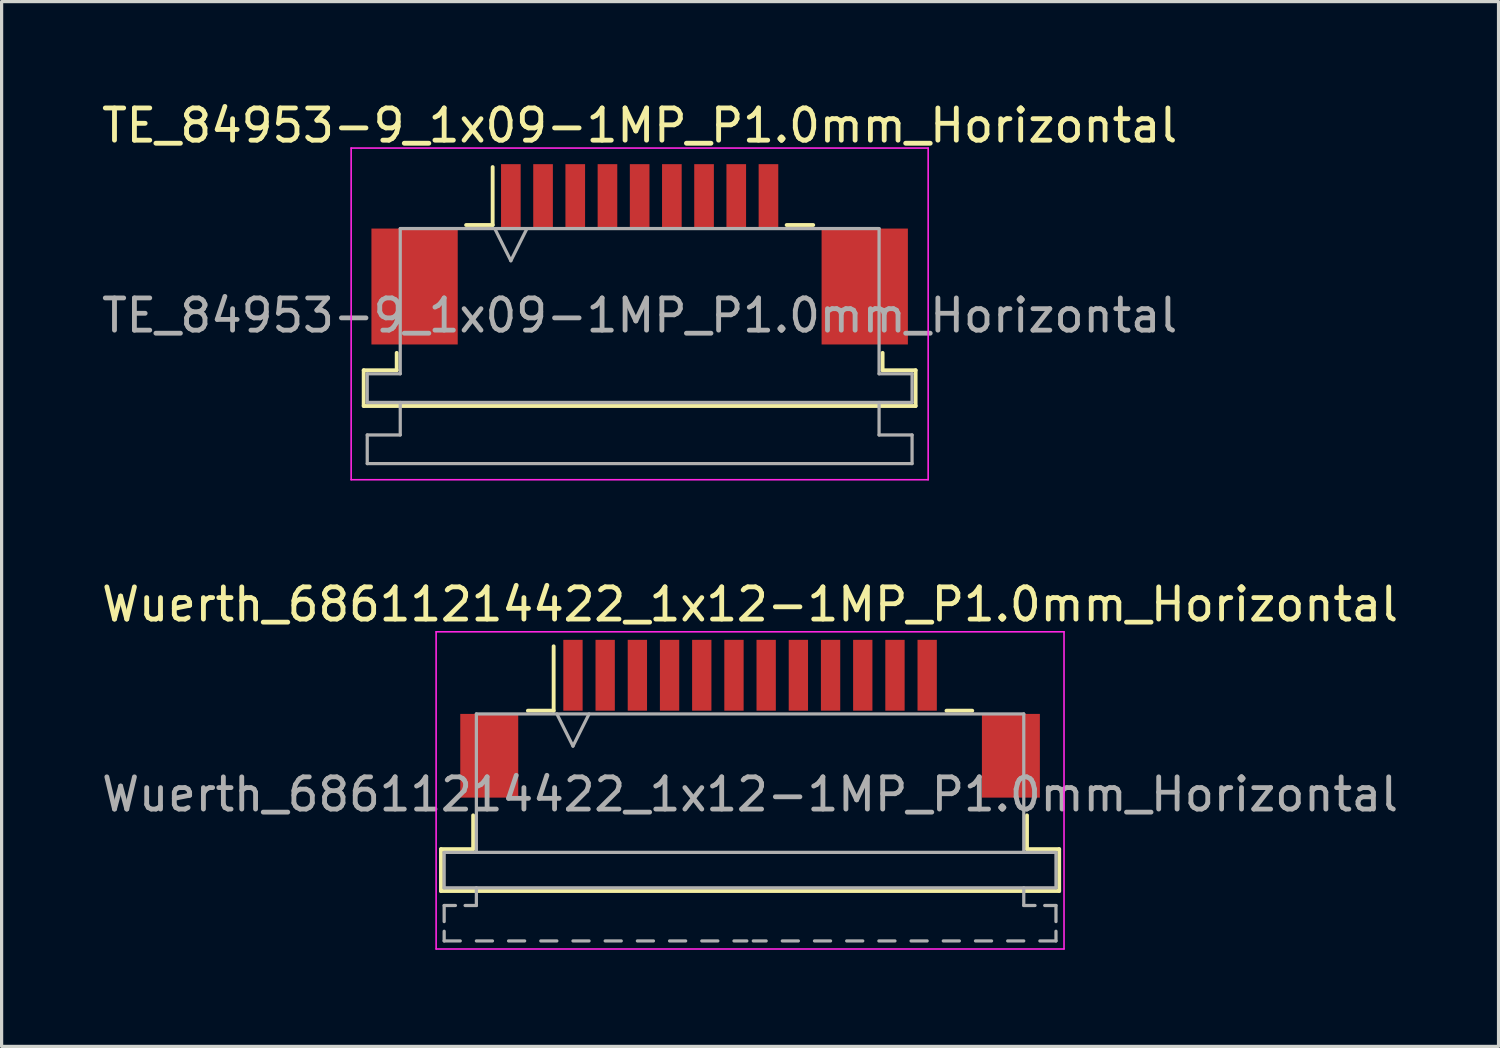
<source format=kicad_pcb>
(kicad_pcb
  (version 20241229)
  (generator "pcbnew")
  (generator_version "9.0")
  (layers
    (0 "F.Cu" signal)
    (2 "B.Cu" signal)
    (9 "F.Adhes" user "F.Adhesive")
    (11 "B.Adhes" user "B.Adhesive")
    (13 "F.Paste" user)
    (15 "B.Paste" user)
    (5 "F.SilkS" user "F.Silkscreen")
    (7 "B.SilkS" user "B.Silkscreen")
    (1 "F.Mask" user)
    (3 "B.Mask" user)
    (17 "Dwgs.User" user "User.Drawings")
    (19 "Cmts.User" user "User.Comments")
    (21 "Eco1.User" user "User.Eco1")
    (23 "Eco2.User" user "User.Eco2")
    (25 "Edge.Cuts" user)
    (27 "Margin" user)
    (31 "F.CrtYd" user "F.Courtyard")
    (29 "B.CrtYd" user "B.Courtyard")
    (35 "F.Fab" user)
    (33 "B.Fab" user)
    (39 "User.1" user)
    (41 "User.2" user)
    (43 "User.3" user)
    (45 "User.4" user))
  (footprint "TE_84953-9_1x09-1MP_P1.0mm_Horizontal"
    (layer "F.Cu")
    (at 16.815 4.848)
    (property "Reference" "TE_84953-9_1x09-1MP_P1.0mm_Horizontal" (at 0 -4 0) (layer "F.SilkS") (effects (font (size 1 1) (thickness 0.15))))
    (attr smd)
    (fp_line (start -8.57 3.6) (end -7.545 3.6) (stroke (width 0.12) (type solid)) (layer "F.SilkS"))
    (fp_line (start -8.57 4.71) (end -8.57 3.6) (stroke (width 0.12) (type solid)) (layer "F.SilkS"))
    (fp_line (start -7.545 3.6) (end -7.545 3.06) (stroke (width 0.12) (type solid)) (layer "F.SilkS"))
    (fp_line (start -5.39 -0.91) (end -4.565 -0.91) (stroke (width 0.12) (type solid)) (layer "F.SilkS"))
    (fp_line (start -4.565 -0.91) (end -4.565 -2.71) (stroke (width 0.12) (type solid)) (layer "F.SilkS"))
    (fp_line (start 4.565 -0.91) (end 5.39 -0.91) (stroke (width 0.12) (type solid)) (layer "F.SilkS"))
    (fp_line (start 7.545 3.06) (end 7.545 3.6) (stroke (width 0.12) (type solid)) (layer "F.SilkS"))
    (fp_line (start 7.545 3.6) (end 8.57 3.6) (stroke (width 0.12) (type solid)) (layer "F.SilkS"))
    (fp_line (start 8.57 3.6) (end 8.57 4.71) (stroke (width 0.12) (type solid)) (layer "F.SilkS"))
    (fp_line (start 8.57 4.71) (end -8.57 4.71) (stroke (width 0.12) (type solid)) (layer "F.SilkS"))
    (fp_line (start -8.96 -3.3) (end -8.96 7) (stroke (width 0.05) (type solid)) (layer "F.CrtYd"))
    (fp_line (start -8.96 7) (end 8.96 7) (stroke (width 0.05) (type solid)) (layer "F.CrtYd"))
    (fp_line (start 8.96 -3.3) (end -8.96 -3.3) (stroke (width 0.05) (type solid)) (layer "F.CrtYd"))
    (fp_line (start 8.96 7) (end 8.96 -3.3) (stroke (width 0.05) (type solid)) (layer "F.CrtYd"))
    (fp_line (start -8.46 3.71) (end -7.435 3.71) (stroke (width 0.1) (type solid)) (layer "F.Fab"))
    (fp_line (start -8.46 4.6) (end -8.46 3.71) (stroke (width 0.1) (type solid)) (layer "F.Fab"))
    (fp_line (start -8.46 5.61) (end -7.435 5.61) (stroke (width 0.1) (type solid)) (layer "F.Fab"))
    (fp_line (start -8.46 6.5) (end -8.46 5.61) (stroke (width 0.1) (type solid)) (layer "F.Fab"))
    (fp_line (start -7.435 -0.8) (end 7.435 -0.8) (stroke (width 0.1) (type solid)) (layer "F.Fab"))
    (fp_line (start -7.435 3.71) (end -7.435 -0.8) (stroke (width 0.1) (type solid)) (layer "F.Fab"))
    (fp_line (start -7.435 5.61) (end -7.435 4.6) (stroke (width 0.1) (type solid)) (layer "F.Fab"))
    (fp_line (start -4.5 -0.8) (end -4 0.2) (stroke (width 0.1) (type solid)) (layer "F.Fab"))
    (fp_line (start -4 0.2) (end -3.5 -0.8) (stroke (width 0.1) (type solid)) (layer "F.Fab"))
    (fp_line (start 7.435 -0.8) (end 7.435 3.71) (stroke (width 0.1) (type solid)) (layer "F.Fab"))
    (fp_line (start 7.435 3.71) (end 8.46 3.71) (stroke (width 0.1) (type solid)) (layer "F.Fab"))
    (fp_line (start 7.435 4.6) (end 7.435 5.61) (stroke (width 0.1) (type solid)) (layer "F.Fab"))
    (fp_line (start 7.435 5.61) (end 8.46 5.61) (stroke (width 0.1) (type solid)) (layer "F.Fab"))
    (fp_line (start 8.46 3.71) (end 8.46 4.6) (stroke (width 0.1) (type solid)) (layer "F.Fab"))
    (fp_line (start 8.46 4.6) (end -8.46 4.6) (stroke (width 0.1) (type solid)) (layer "F.Fab"))
    (fp_line (start 8.46 5.61) (end 8.46 6.5) (stroke (width 0.1) (type solid)) (layer "F.Fab"))
    (fp_line (start 8.46 6.5) (end -8.46 6.5) (stroke (width 0.1) (type solid)) (layer "F.Fab"))
    (fp_text user "${REFERENCE}" (at 0 1.9 0) (layer "F.Fab") (effects (font (size 1 1) (thickness 0.15))))
    (pad "1" smd rect (at -4 -1.8) (size 0.61 2) (layers "F.Cu" "F.Mask" "F.Paste"))
    (pad "2" smd rect (at -3 -1.8) (size 0.61 2) (layers "F.Cu" "F.Mask" "F.Paste"))
    (pad "3" smd rect (at -2 -1.8) (size 0.61 2) (layers "F.Cu" "F.Mask" "F.Paste"))
    (pad "4" smd rect (at -1 -1.8) (size 0.61 2) (layers "F.Cu" "F.Mask" "F.Paste"))
    (pad "5" smd rect (at 0 -1.8) (size 0.61 2) (layers "F.Cu" "F.Mask" "F.Paste"))
    (pad "6" smd rect (at 1 -1.8) (size 0.61 2) (layers "F.Cu" "F.Mask" "F.Paste"))
    (pad "7" smd rect (at 2 -1.8) (size 0.61 2) (layers "F.Cu" "F.Mask" "F.Paste"))
    (pad "8" smd rect (at 3 -1.8) (size 0.61 2) (layers "F.Cu" "F.Mask" "F.Paste"))
    (pad "9" smd rect (at 4 -1.8) (size 0.61 2) (layers "F.Cu" "F.Mask" "F.Paste"))
    (pad "MP" smd rect (at -6.99 1) (size 2.68 3.6) (layers "F.Cu" "F.Mask" "F.Paste"))
    (pad "MP" smd rect (at 6.99 1) (size 2.68 3.6) (layers "F.Cu" "F.Mask" "F.Paste")))
  (footprint "Wuerth_68611214422_1x12-1MP_P1.0mm_Horizontal"
    (layer "F.Cu")
    (at 20.244 19.271)
    (property "Reference" "Wuerth_68611214422_1x12-1MP_P1.0mm_Horizontal" (at 0 -3.55 0) (layer "F.SilkS") (effects (font (size 1 1) (thickness 0.15))))
    (attr smd)
    (fp_line (start -9.6 4.05) (end -8.6 4.05) (stroke (width 0.12) (type solid)) (layer "F.SilkS"))
    (fp_line (start -9.6 5.35) (end -9.6 4.05) (stroke (width 0.12) (type solid)) (layer "F.SilkS"))
    (fp_line (start -8.6 4.05) (end -8.6 3) (stroke (width 0.12) (type solid)) (layer "F.SilkS"))
    (fp_line (start -6.9 -0.25) (end -6.1 -0.25) (stroke (width 0.12) (type solid)) (layer "F.SilkS"))
    (fp_line (start -6.1 -0.25) (end -6.1 -2.25) (stroke (width 0.12) (type solid)) (layer "F.SilkS"))
    (fp_line (start 6.1 -0.25) (end 6.9 -0.25) (stroke (width 0.12) (type solid)) (layer "F.SilkS"))
    (fp_line (start 8.6 3) (end 8.6 4.05) (stroke (width 0.12) (type solid)) (layer "F.SilkS"))
    (fp_line (start 8.6 4.05) (end 9.6 4.05) (stroke (width 0.12) (type solid)) (layer "F.SilkS"))
    (fp_line (start 9.6 4.05) (end 9.6 5.35) (stroke (width 0.12) (type solid)) (layer "F.SilkS"))
    (fp_line (start 9.6 5.35) (end -9.6 5.35) (stroke (width 0.12) (type solid)) (layer "F.SilkS"))
    (fp_line (start -9.75 -2.7) (end -9.75 7.15) (stroke (width 0.05) (type solid)) (layer "F.CrtYd"))
    (fp_line (start -9.75 7.15) (end 9.75 7.15) (stroke (width 0.05) (type solid)) (layer "F.CrtYd"))
    (fp_line (start 9.75 -2.7) (end -9.75 -2.7) (stroke (width 0.05) (type solid)) (layer "F.CrtYd"))
    (fp_line (start 9.75 7.15) (end 9.75 -2.7) (stroke (width 0.05) (type solid)) (layer "F.CrtYd"))
    (fp_line (start -9.5 4.15) (end 9.5 4.15) (stroke (width 0.1) (type solid)) (layer "F.Fab"))
    (fp_line (start -9.5 5.25) (end -9.5 4.16) (stroke (width 0.1) (type solid)) (layer "F.Fab"))
    (fp_line (start -9.5 5.8) (end -9.15 5.8) (stroke (width 0.1) (type solid)) (layer "F.Fab"))
    (fp_line (start -9.5 6.3) (end -9.5 5.8) (stroke (width 0.1) (type solid)) (layer "F.Fab"))
    (fp_line (start -9.5 6.9) (end -9.5 6.6) (stroke (width 0.1) (type solid)) (layer "F.Fab"))
    (fp_line (start -9 6.9) (end -9.5 6.9) (stroke (width 0.1) (type solid)) (layer "F.Fab"))
    (fp_line (start -8.85 5.8) (end -8.5 5.8) (stroke (width 0.1) (type solid)) (layer "F.Fab"))
    (fp_line (start -8.5 -0.15) (end 8.5 -0.15) (stroke (width 0.1) (type solid)) (layer "F.Fab"))
    (fp_line (start -8.5 4.15) (end -8.5 -0.15) (stroke (width 0.1) (type solid)) (layer "F.Fab"))
    (fp_line (start -8.5 5.8) (end -8.5 5.25) (stroke (width 0.1) (type solid)) (layer "F.Fab"))
    (fp_line (start -8 6.9) (end -8.5 6.9) (stroke (width 0.1) (type solid)) (layer "F.Fab"))
    (fp_line (start -7 6.9) (end -7.5 6.9) (stroke (width 0.1) (type solid)) (layer "F.Fab"))
    (fp_line (start -6 -0.15) (end -5.5 0.85) (stroke (width 0.1) (type solid)) (layer "F.Fab"))
    (fp_line (start -6 6.9) (end -6.5 6.9) (stroke (width 0.1) (type solid)) (layer "F.Fab"))
    (fp_line (start -5.5 0.85) (end -5 -0.15) (stroke (width 0.1) (type solid)) (layer "F.Fab"))
    (fp_line (start -5 6.9) (end -5.5 6.9) (stroke (width 0.1) (type solid)) (layer "F.Fab"))
    (fp_line (start -4 6.9) (end -4.5 6.9) (stroke (width 0.1) (type solid)) (layer "F.Fab"))
    (fp_line (start -3 6.9) (end -3.5 6.9) (stroke (width 0.1) (type solid)) (layer "F.Fab"))
    (fp_line (start -2 6.9) (end -2.5 6.9) (stroke (width 0.1) (type solid)) (layer "F.Fab"))
    (fp_line (start -1 6.9) (end -1.5 6.9) (stroke (width 0.1) (type solid)) (layer "F.Fab"))
    (fp_line (start -0.1 6.9) (end -0.5 6.9) (stroke (width 0.1) (type solid)) (layer "F.Fab"))
    (fp_line (start 0.1 6.9) (end 0.5 6.9) (stroke (width 0.1) (type solid)) (layer "F.Fab"))
    (fp_line (start 1 6.9) (end 1.5 6.9) (stroke (width 0.1) (type solid)) (layer "F.Fab"))
    (fp_line (start 2 6.9) (end 2.5 6.9) (stroke (width 0.1) (type solid)) (layer "F.Fab"))
    (fp_line (start 3 6.9) (end 3.5 6.9) (stroke (width 0.1) (type solid)) (layer "F.Fab"))
    (fp_line (start 4 6.9) (end 4.5 6.9) (stroke (width 0.1) (type solid)) (layer "F.Fab"))
    (fp_line (start 5 6.9) (end 5.5 6.9) (stroke (width 0.1) (type solid)) (layer "F.Fab"))
    (fp_line (start 6 6.9) (end 6.5 6.9) (stroke (width 0.1) (type solid)) (layer "F.Fab"))
    (fp_line (start 7 6.9) (end 7.5 6.9) (stroke (width 0.1) (type solid)) (layer "F.Fab"))
    (fp_line (start 8 6.9) (end 8.5 6.9) (stroke (width 0.1) (type solid)) (layer "F.Fab"))
    (fp_line (start 8.5 -0.15) (end 8.5 4.15) (stroke (width 0.1) (type solid)) (layer "F.Fab"))
    (fp_line (start 8.5 5.25) (end 8.5 5.8) (stroke (width 0.1) (type solid)) (layer "F.Fab"))
    (fp_line (start 8.85 5.8) (end 8.5 5.8) (stroke (width 0.1) (type solid)) (layer "F.Fab"))
    (fp_line (start 9 6.9) (end 9.5 6.9) (stroke (width 0.1) (type solid)) (layer "F.Fab"))
    (fp_line (start 9.15 5.8) (end 9.5 5.8) (stroke (width 0.1) (type solid)) (layer "F.Fab"))
    (fp_line (start 9.5 4.16) (end 9.5 5.25) (stroke (width 0.1) (type solid)) (layer "F.Fab"))
    (fp_line (start 9.5 5.25) (end -9.5 5.25) (stroke (width 0.1) (type solid)) (layer "F.Fab"))
    (fp_line (start 9.5 5.8) (end 9.5 6.3) (stroke (width 0.1) (type solid)) (layer "F.Fab"))
    (fp_line (start 9.5 6.6) (end 9.5 6.9) (stroke (width 0.1) (type solid)) (layer "F.Fab"))
    (fp_text user "${REFERENCE}" (at 0 2.35 0) (layer "F.Fab") (effects (font (size 1 1) (thickness 0.15))))
    (pad "1" smd rect (at -5.5 -1.35) (size 0.6 2.2) (layers "F.Cu" "F.Mask" "F.Paste"))
    (pad "2" smd rect (at -4.5 -1.35) (size 0.6 2.2) (layers "F.Cu" "F.Mask" "F.Paste"))
    (pad "3" smd rect (at -3.5 -1.35) (size 0.6 2.2) (layers "F.Cu" "F.Mask" "F.Paste"))
    (pad "4" smd rect (at -2.5 -1.35) (size 0.6 2.2) (layers "F.Cu" "F.Mask" "F.Paste"))
    (pad "5" smd rect (at -1.5 -1.35) (size 0.6 2.2) (layers "F.Cu" "F.Mask" "F.Paste"))
    (pad "6" smd rect (at -0.5 -1.35) (size 0.6 2.2) (layers "F.Cu" "F.Mask" "F.Paste"))
    (pad "7" smd rect (at 0.5 -1.35) (size 0.6 2.2) (layers "F.Cu" "F.Mask" "F.Paste"))
    (pad "8" smd rect (at 1.5 -1.35) (size 0.6 2.2) (layers "F.Cu" "F.Mask" "F.Paste"))
    (pad "9" smd rect (at 2.5 -1.35) (size 0.6 2.2) (layers "F.Cu" "F.Mask" "F.Paste"))
    (pad "10" smd rect (at 3.5 -1.35) (size 0.6 2.2) (layers "F.Cu" "F.Mask" "F.Paste"))
    (pad "11" smd rect (at 4.5 -1.35) (size 0.6 2.2) (layers "F.Cu" "F.Mask" "F.Paste"))
    (pad "12" smd rect (at 5.5 -1.35) (size 0.6 2.2) (layers "F.Cu" "F.Mask" "F.Paste"))
    (pad "MP" smd rect (at -8.1 1.15) (size 1.8 2.6) (layers "F.Cu" "F.Mask" "F.Paste"))
    (pad "MP" smd rect (at 8.1 1.15) (size 1.8 2.6) (layers "F.Cu" "F.Mask" "F.Paste")))
  (gr_rect
    (start -3 -3)
    (end 43.488 29.447)
    (stroke (width 0.1) (type default))
    (fill no)
    (layer "Edge.Cuts")))
</source>
